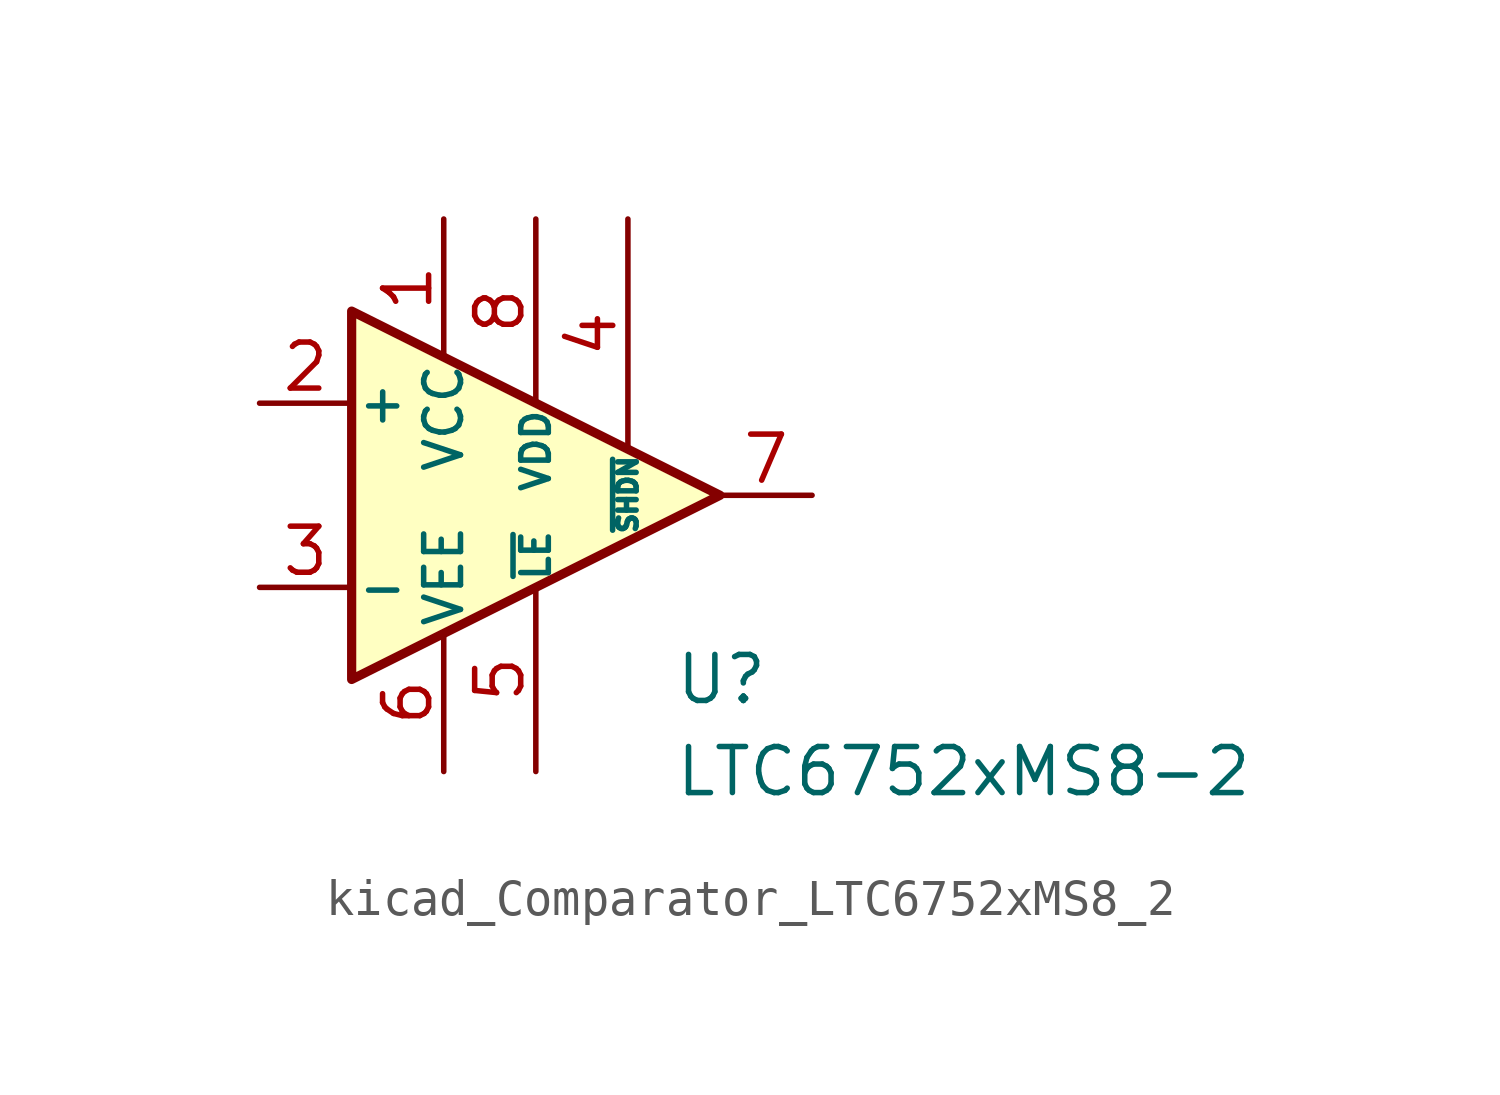
<source format=kicad_sym>
(kicad_symbol_lib
  (version 20220914)
  (generator kicad_symbol_editor)
  (symbol "kicad_Comparator_LTC6752xMS8_2"
    (pin_names
      (offset 0.127))
    (property "Reference" "U"
      (at 3.81 -5.08 0)
      (effects (font (size 1.27 1.27)) (justify left)))
    (property "Value" "LTC6752xMS8-2"
      (at 3.81 -7.62 0)
      (effects (font (size 1.27 1.27)) (justify left)))
    (symbol "kicad_Comparator_LTC6752xMS8_2_1_1"
      (polyline (pts (xy -5.08 5.08) (xy 5.08 0) (xy -5.08 -5.08) (xy -5.08 5.08)) (stroke (width 0.254) (type default)) (fill (type background)))
      (pin power_in line (at -2.54 7.62 270) (length 3.81) (name "VCC" (effects (font (size 1.016 1.016)))) (number "1" (effects (font (size 1.27 1.27)))))
      (pin input line (at -7.62 2.54 0) (length 2.54) (name "+" (effects (font (size 1.016 1.016)))) (number "2" (effects (font (size 1.27 1.27)))))
      (pin input line (at -7.62 -2.54 0) (length 2.54) (name "-" (effects (font (size 1.016 1.016)))) (number "3" (effects (font (size 1.27 1.27)))))
      (pin input line (at 2.54 7.62 270) (length 6.35) (name "~{SHDN}" (effects (font (size 0.508 0.508)))) (number "4" (effects (font (size 1.27 1.27)))))
      (pin input line (at 0 -7.62 90) (length 5.08) (name "~{LE}" (effects (font (size 0.762 0.762)))) (number "5" (effects (font (size 1.27 1.27)))))
      (pin power_in line (at -2.54 -7.62 90) (length 3.81) (name "VEE" (effects (font (size 1.016 1.016)))) (number "6" (effects (font (size 1.27 1.27)))))
      (pin output line (at 7.62 0 180) (length 2.54) (name "~" (effects (font (size 1.27 1.27)))) (number "7" (effects (font (size 1.27 1.27)))))
      (pin power_in line (at 0 7.62 270) (length 5.08) (name "VDD" (effects (font (size 0.762 0.762)))) (number "8" (effects (font (size 1.27 1.27))))))))
</source>
